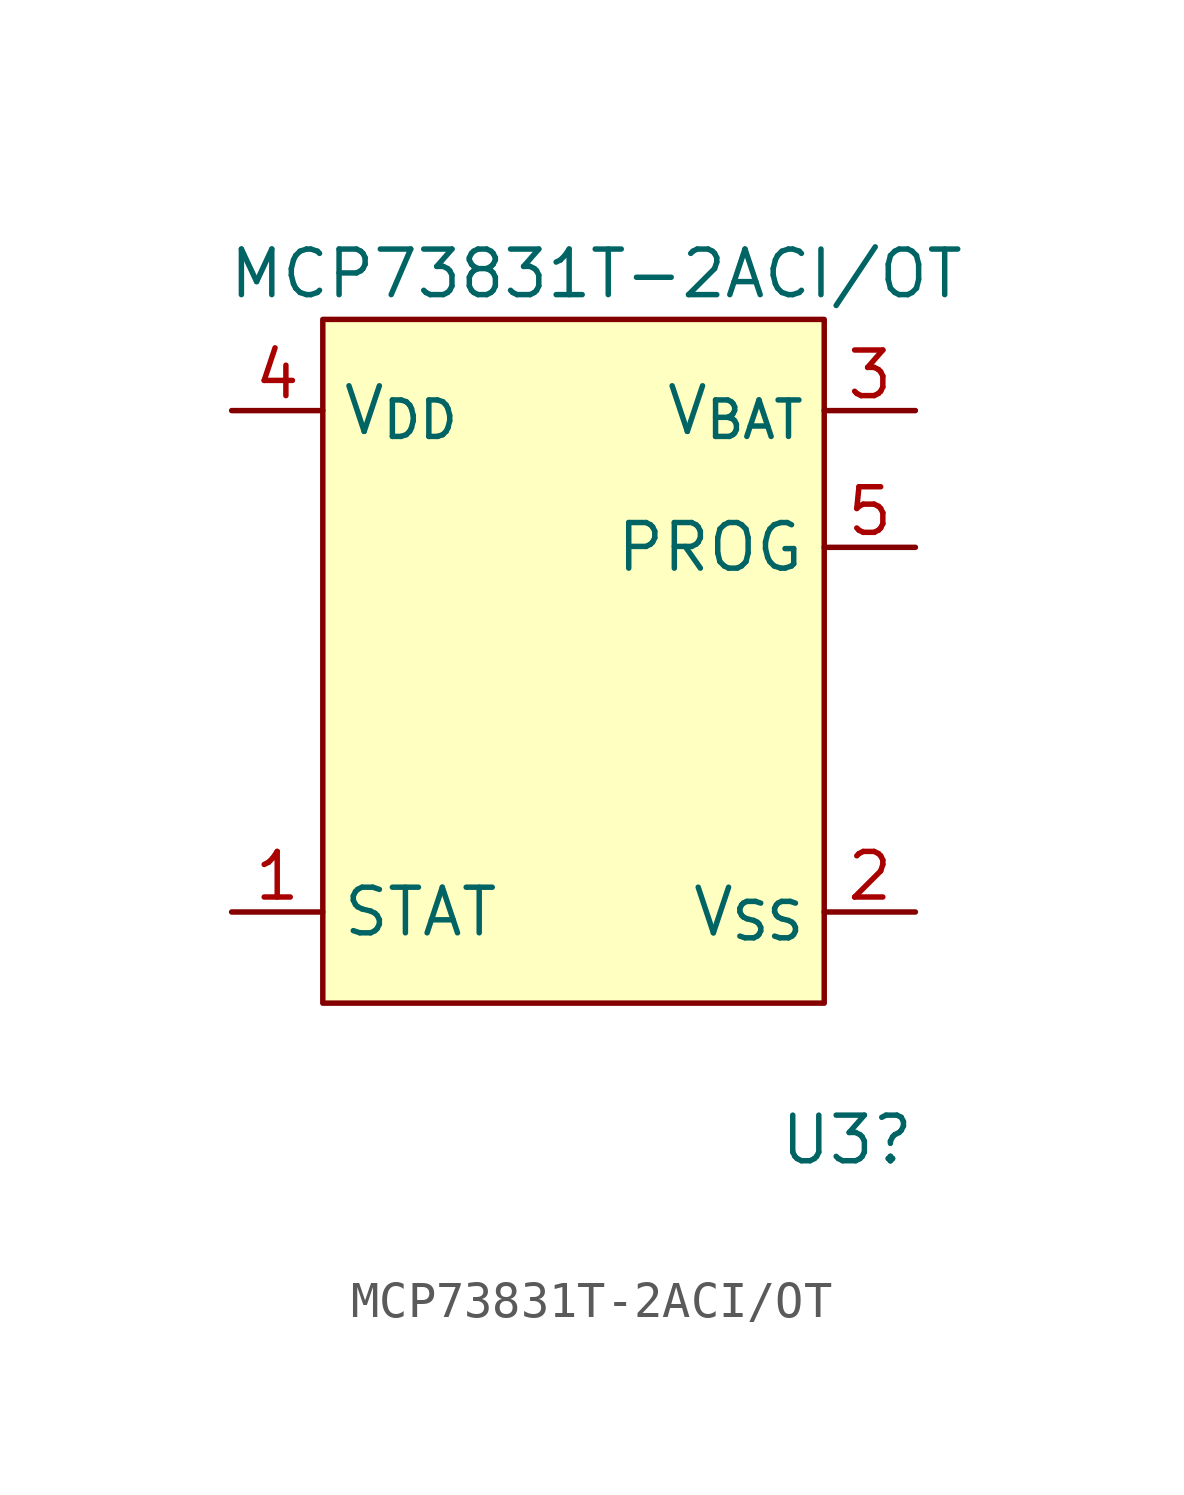
<source format=kicad_sym>
(kicad_symbol_lib
  (version 20220914)
  (generator kicad_symbol_editor)
  (symbol "MCP73831T-2ACI/OT"
    (property "Reference" "U3"
      (at 6.985 -13.97 0)
      (effects (font (size 1.27 1.27))))
    (property "Value" "MCP73831T-2ACI/OT"
      (at 0 10.16 0)
      (effects (font (size 1.27 1.27))))
    (symbol "MCP73831T-2ACI/OT_1_1"
      (rectangle (start -7.62 8.89) (end 6.35 -10.16) (stroke (width 0) (type default)) (fill (type background)))
      (pin input line (at -10.16 -7.62 0) (length 2.54) (name "STAT" (effects (font (size 1.27 1.27)))) (number "1" (effects (font (size 1.27 1.27)))))
      (pin power_in line (at 8.89 -7.62 180) (length 2.54) (name "V_{SS}" (effects (font (size 1.27 1.27)))) (number "2" (effects (font (size 1.27 1.27)))))
      (pin power_out line (at 8.89 6.35 180) (length 2.54) (name "V_{BAT}" (effects (font (size 1.27 1.27)))) (number "3" (effects (font (size 1.27 1.27)))))
      (pin power_in line (at -10.16 6.35 0) (length 2.54) (name "V_{DD}" (effects (font (size 1.27 1.27)))) (number "4" (effects (font (size 1.27 1.27)))))
      (pin input line (at 8.89 2.54 180) (length 2.54) (name "PROG" (effects (font (size 1.27 1.27)))) (number "5" (effects (font (size 1.27 1.27))))))))
</source>
